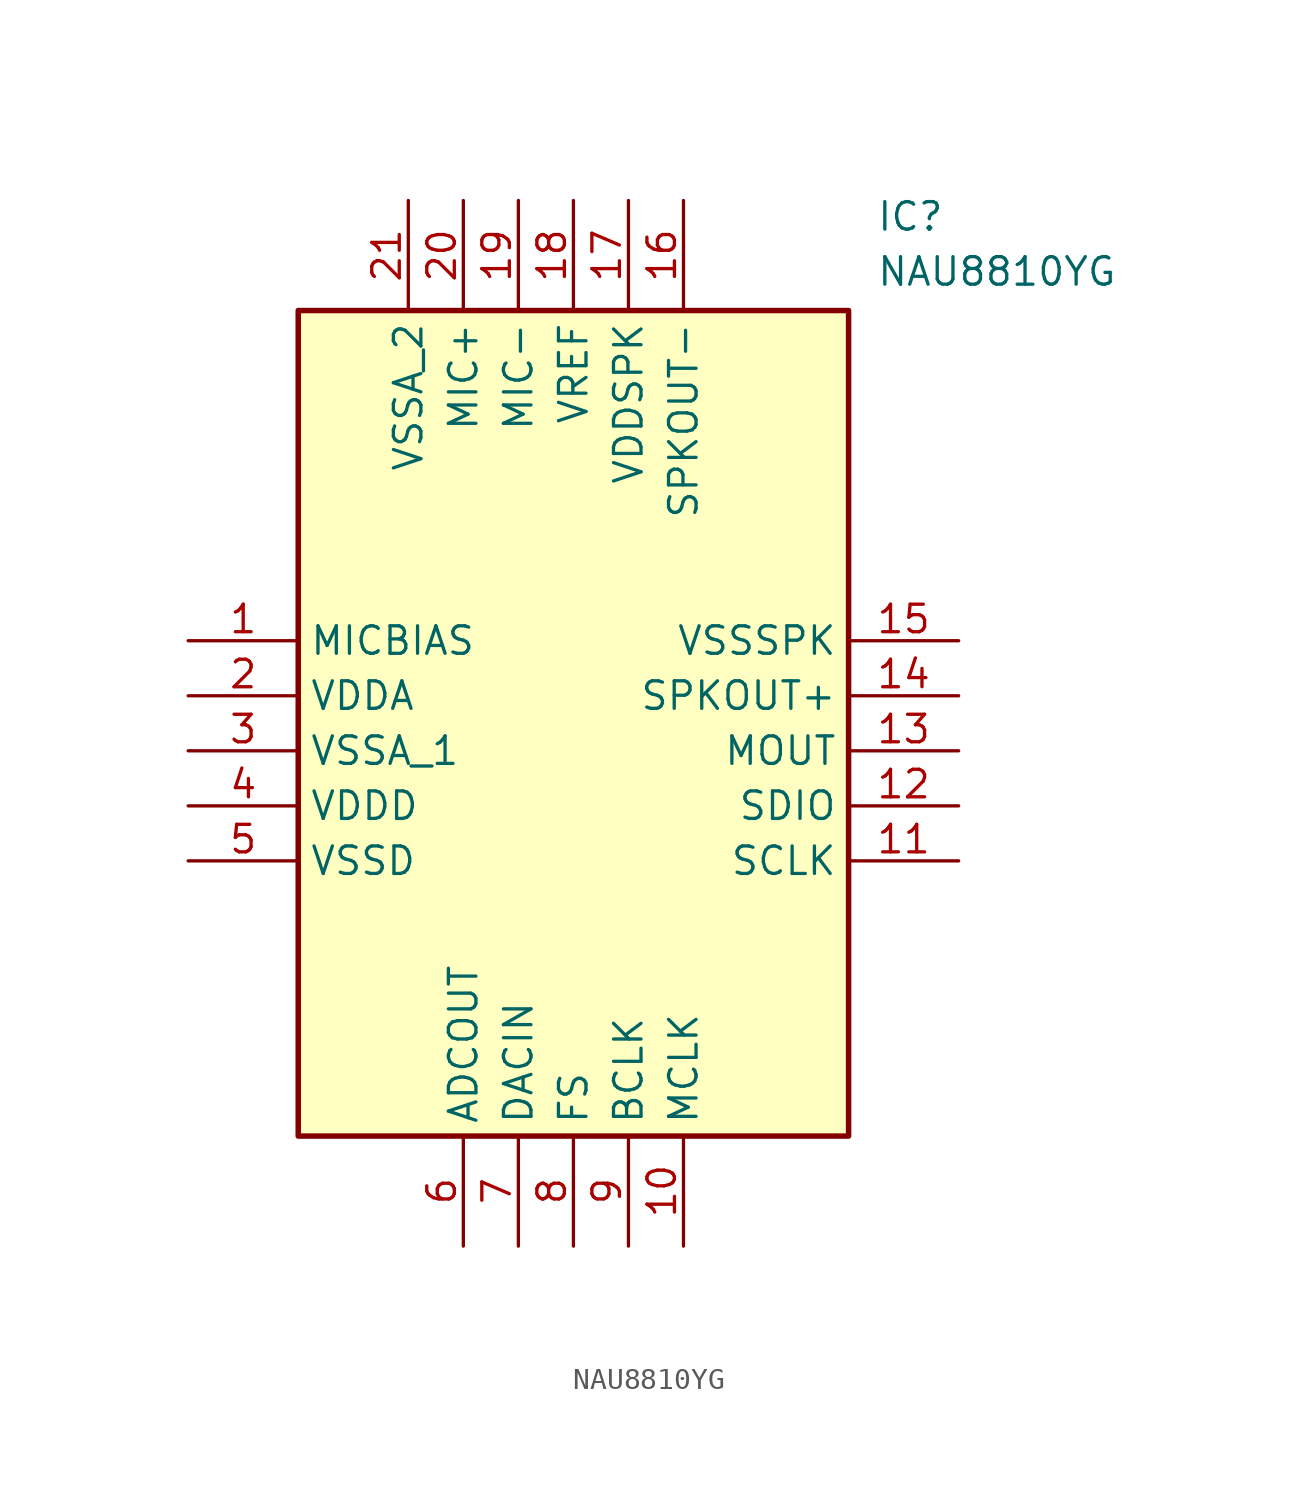
<source format=kicad_sym>
(kicad_symbol_lib
  (version 20211014)
  (generator SamacSys_ECAD_Model)
  (symbol "NAU8810YG"
    (property "Reference" "IC"
      (at 31.75 20.32 0)
      (effects (font (size 1.27 1.27)) (justify left top)))
    (property "Value" "NAU8810YG"
      (at 31.75 17.78 0)
      (effects (font (size 1.27 1.27)) (justify left top)))
    (rectangle
      (start 5.08 15.24)
      (end 30.48 -22.86)
      (stroke (width 0.254) (type default))
      (fill (type background)))
    (pin passive line
      (at 0 0 0)
      (length 5.08)
      (name "MICBIAS" (effects (font (size 1.27 1.27))))
      (number "1" (effects (font (size 1.27 1.27)))))
    (pin passive line
      (at 0 -2.54 0)
      (length 5.08)
      (name "VDDA" (effects (font (size 1.27 1.27))))
      (number "2" (effects (font (size 1.27 1.27)))))
    (pin passive line
      (at 0 -5.08 0)
      (length 5.08)
      (name "VSSA_1" (effects (font (size 1.27 1.27))))
      (number "3" (effects (font (size 1.27 1.27)))))
    (pin passive line
      (at 0 -7.62 0)
      (length 5.08)
      (name "VDDD" (effects (font (size 1.27 1.27))))
      (number "4" (effects (font (size 1.27 1.27)))))
    (pin passive line
      (at 0 -10.16 0)
      (length 5.08)
      (name "VSSD" (effects (font (size 1.27 1.27))))
      (number "5" (effects (font (size 1.27 1.27)))))
    (pin passive line
      (at 12.7 -27.94 90)
      (length 5.08)
      (name "ADCOUT" (effects (font (size 1.27 1.27))))
      (number "6" (effects (font (size 1.27 1.27)))))
    (pin passive line
      (at 15.24 -27.94 90)
      (length 5.08)
      (name "DACIN" (effects (font (size 1.27 1.27))))
      (number "7" (effects (font (size 1.27 1.27)))))
    (pin passive line
      (at 17.78 -27.94 90)
      (length 5.08)
      (name "FS" (effects (font (size 1.27 1.27))))
      (number "8" (effects (font (size 1.27 1.27)))))
    (pin passive line
      (at 20.32 -27.94 90)
      (length 5.08)
      (name "BCLK" (effects (font (size 1.27 1.27))))
      (number "9" (effects (font (size 1.27 1.27)))))
    (pin passive line
      (at 22.86 -27.94 90)
      (length 5.08)
      (name "MCLK" (effects (font (size 1.27 1.27))))
      (number "10" (effects (font (size 1.27 1.27)))))
    (pin passive line
      (at 35.56 0 180)
      (length 5.08)
      (name "VSSSPK" (effects (font (size 1.27 1.27))))
      (number "15" (effects (font (size 1.27 1.27)))))
    (pin passive line
      (at 35.56 -2.54 180)
      (length 5.08)
      (name "SPKOUT+" (effects (font (size 1.27 1.27))))
      (number "14" (effects (font (size 1.27 1.27)))))
    (pin passive line
      (at 35.56 -5.08 180)
      (length 5.08)
      (name "MOUT" (effects (font (size 1.27 1.27))))
      (number "13" (effects (font (size 1.27 1.27)))))
    (pin passive line
      (at 35.56 -7.62 180)
      (length 5.08)
      (name "SDIO" (effects (font (size 1.27 1.27))))
      (number "12" (effects (font (size 1.27 1.27)))))
    (pin passive line
      (at 35.56 -10.16 180)
      (length 5.08)
      (name "SCLK" (effects (font (size 1.27 1.27))))
      (number "11" (effects (font (size 1.27 1.27)))))
    (pin passive line
      (at 10.16 20.32 270)
      (length 5.08)
      (name "VSSA_2" (effects (font (size 1.27 1.27))))
      (number "21" (effects (font (size 1.27 1.27)))))
    (pin passive line
      (at 12.7 20.32 270)
      (length 5.08)
      (name "MIC+" (effects (font (size 1.27 1.27))))
      (number "20" (effects (font (size 1.27 1.27)))))
    (pin passive line
      (at 15.24 20.32 270)
      (length 5.08)
      (name "MIC-" (effects (font (size 1.27 1.27))))
      (number "19" (effects (font (size 1.27 1.27)))))
    (pin passive line
      (at 17.78 20.32 270)
      (length 5.08)
      (name "VREF" (effects (font (size 1.27 1.27))))
      (number "18" (effects (font (size 1.27 1.27)))))
    (pin passive line
      (at 20.32 20.32 270)
      (length 5.08)
      (name "VDDSPK" (effects (font (size 1.27 1.27))))
      (number "17" (effects (font (size 1.27 1.27)))))
    (pin passive line
      (at 22.86 20.32 270)
      (length 5.08)
      (name "SPKOUT-" (effects (font (size 1.27 1.27))))
      (number "16" (effects (font (size 1.27 1.27)))))))
</source>
